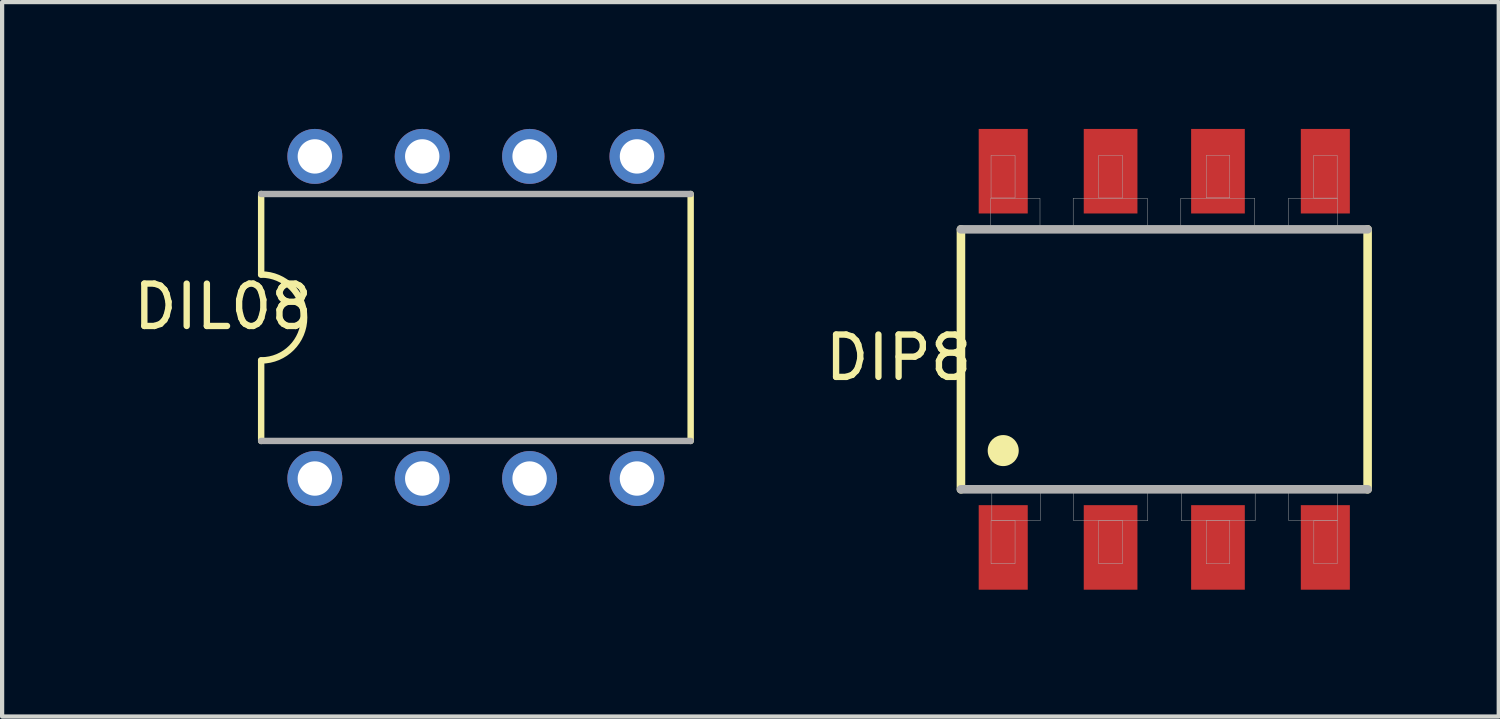
<source format=kicad_pcb>
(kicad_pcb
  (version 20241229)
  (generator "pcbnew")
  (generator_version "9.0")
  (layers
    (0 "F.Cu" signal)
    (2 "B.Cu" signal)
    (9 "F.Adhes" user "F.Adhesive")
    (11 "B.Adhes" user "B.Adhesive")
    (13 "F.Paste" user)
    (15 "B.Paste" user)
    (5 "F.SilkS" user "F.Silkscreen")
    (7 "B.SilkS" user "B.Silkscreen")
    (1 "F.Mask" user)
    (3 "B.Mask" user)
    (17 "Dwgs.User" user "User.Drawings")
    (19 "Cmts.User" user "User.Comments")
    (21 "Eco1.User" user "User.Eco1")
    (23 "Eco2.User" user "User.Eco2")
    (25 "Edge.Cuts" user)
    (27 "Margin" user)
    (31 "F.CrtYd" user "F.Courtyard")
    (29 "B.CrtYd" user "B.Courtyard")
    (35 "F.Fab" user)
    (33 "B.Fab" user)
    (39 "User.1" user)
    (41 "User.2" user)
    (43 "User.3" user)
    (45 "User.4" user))
  (footprint "DIL08"
    (layer "F.Cu")
    (at 8.208 4.46)
    (property "Reference" "DIL08" (at -5.983 -0.255 180) (layer "F.SilkS") (effects (font (size 1.002 1.002) (thickness 0.15))))
    (attr through_hole)
    (fp_line (start -5.08 -2.921) (end -5.08 -1.016) (stroke (width 0.152) (type solid)) (layer "F.SilkS"))
    (fp_line (start -5.08 2.921) (end -5.08 1.016) (stroke (width 0.152) (type solid)) (layer "F.SilkS"))
    (fp_line (start 5.08 -2.921) (end 5.08 2.921) (stroke (width 0.152) (type solid)) (layer "F.SilkS"))
    (fp_arc (start -5.08 -1.016) (mid -4.064 0) (end -5.08 1.016) (stroke (width 0.1524) (type solid)) (layer "F.SilkS"))
    (fp_line (start -5.08 2.921) (end 5.08 2.921) (stroke (width 0.152) (type solid)) (layer "F.Fab"))
    (fp_line (start 5.08 -2.921) (end -5.08 -2.921) (stroke (width 0.152) (type solid)) (layer "F.Fab"))
    (pad "1" thru_hole circle (at -3.81 3.81) (size 1.3 1.3) (drill 0.813) (layers "*.Cu" "*.Mask"))
    (pad "2" thru_hole circle (at -1.27 3.81) (size 1.3 1.3) (drill 0.813) (layers "*.Cu" "*.Mask"))
    (pad "3" thru_hole circle (at 1.27 3.81) (size 1.3 1.3) (drill 0.813) (layers "*.Cu" "*.Mask"))
    (pad "4" thru_hole circle (at 3.81 3.81) (size 1.3 1.3) (drill 0.813) (layers "*.Cu" "*.Mask"))
    (pad "5" thru_hole circle (at 3.81 -3.81) (size 1.3 1.3) (drill 0.813) (layers "*.Cu" "*.Mask"))
    (pad "6" thru_hole circle (at 1.27 -3.81) (size 1.3 1.3) (drill 0.813) (layers "*.Cu" "*.Mask"))
    (pad "7" thru_hole circle (at -1.27 -3.81) (size 1.3 1.3) (drill 0.813) (layers "*.Cu" "*.Mask"))
    (pad "8" thru_hole circle (at -3.81 -3.81) (size 1.3 1.3) (drill 0.813) (layers "*.Cu" "*.Mask")))
  (footprint "DIP8"
    (layer "F.Cu")
    (at 24.492 5.45)
    (property "Reference" "DIP8" (at -6.285 -0.04 180) (layer "F.SilkS") (effects (font (size 1.002 1.002) (thickness 0.15))))
    (attr smd)
    (fp_line (start -4.81 -3.075) (end -4.81 3.075) (stroke (width 0.203) (type solid)) (layer "F.SilkS"))
    (fp_line (start 4.81 3.075) (end 4.81 -3.075) (stroke (width 0.203) (type solid)) (layer "F.SilkS"))
    (fp_circle (center -3.81 2.159) (end -3.443 2.159) (stroke (width 0) (type solid)) (fill yes) (layer "F.SilkS"))
    (fp_line (start -4.81 3.075) (end 4.81 3.075) (stroke (width 0.203) (type solid)) (layer "F.Fab"))
    (fp_line (start 4.81 -3.075) (end -4.81 -3.075) (stroke (width 0.203) (type solid)) (layer "F.Fab"))
    (fp_poly (pts (xy -4.107 -3.81) (xy -2.94 -3.81) (xy -2.94 -3.105) (xy -4.107 -3.105)) (stroke (width 0.01) (type solid)) (fill no) (layer "F.Fab"))
    (fp_poly (pts (xy -4.098 3.81) (xy -3.53 3.81) (xy -3.53 4.835) (xy -4.098 4.835)) (stroke (width 0.01) (type solid)) (fill no) (layer "F.Fab"))
    (fp_poly (pts (xy -4.098 -4.825) (xy -3.53 -4.825) (xy -3.53 -3.818) (xy -4.098 -3.818)) (stroke (width 0.01) (type solid)) (fill no) (layer "F.Fab"))
    (fp_poly (pts (xy -4.079 3.1) (xy -2.93 3.1) (xy -2.93 3.814) (xy -4.079 3.814)) (stroke (width 0.01) (type solid)) (fill no) (layer "F.Fab"))
    (fp_poly (pts (xy -2.155 -3.81) (xy -0.4 -3.81) (xy -0.4 -3.107) (xy -2.155 -3.107)) (stroke (width 0.01) (type solid)) (fill no) (layer "F.Fab"))
    (fp_poly (pts (xy -2.145 3.1) (xy -0.39 3.1) (xy -0.39 3.818) (xy -2.145 3.818)) (stroke (width 0.01) (type solid)) (fill no) (layer "F.Fab"))
    (fp_poly (pts (xy -1.553 3.81) (xy -0.99 3.81) (xy -0.99 4.835) (xy -1.553 4.835)) (stroke (width 0.01) (type solid)) (fill no) (layer "F.Fab"))
    (fp_poly (pts (xy -1.552 -4.825) (xy -0.99 -4.825) (xy -0.99 -3.816) (xy -1.552 -3.816)) (stroke (width 0.01) (type solid)) (fill no) (layer "F.Fab"))
    (fp_poly (pts (xy 0.391 -3.81) (xy 2.14 -3.81) (xy 2.14 -3.107) (xy 0.391 -3.107)) (stroke (width 0.01) (type solid)) (fill no) (layer "F.Fab"))
    (fp_poly (pts (xy 0.401 3.1) (xy 2.15 3.1) (xy 2.15 3.817) (xy 0.401 3.817)) (stroke (width 0.01) (type solid)) (fill no) (layer "F.Fab"))
    (fp_poly (pts (xy 0.993 3.81) (xy 1.55 3.81) (xy 1.55 4.837) (xy 0.993 4.837)) (stroke (width 0.01) (type solid)) (fill no) (layer "F.Fab"))
    (fp_poly (pts (xy 0.993 -4.825) (xy 1.55 -4.825) (xy 1.55 -3.82) (xy 0.993 -3.82)) (stroke (width 0.01) (type solid)) (fill no) (layer "F.Fab"))
    (fp_poly (pts (xy 2.936 -3.81) (xy 4.1 -3.81) (xy 4.1 -3.107) (xy 2.936 -3.107)) (stroke (width 0.01) (type solid)) (fill no) (layer "F.Fab"))
    (fp_poly (pts (xy 2.944 3.1) (xy 4.1 3.1) (xy 4.1 3.815) (xy 2.944 3.815)) (stroke (width 0.01) (type solid)) (fill no) (layer "F.Fab"))
    (fp_poly (pts (xy 3.534 -4.825) (xy 4.09 -4.825) (xy 4.09 -3.814) (xy 3.534 -3.814)) (stroke (width 0.01) (type solid)) (fill no) (layer "F.Fab"))
    (fp_poly (pts (xy 3.538 3.81) (xy 4.09 3.81) (xy 4.09 4.836) (xy 3.538 4.836)) (stroke (width 0.01) (type solid)) (fill no) (layer "F.Fab"))
    (pad "1" smd rect (at -3.81 4.45) (size 1.16 2) (layers "F.Cu" "F.Mask" "F.Paste"))
    (pad "2" smd rect (at -1.27 4.45) (size 1.27 2) (layers "F.Cu" "F.Mask" "F.Paste"))
    (pad "3" smd rect (at 1.27 4.45) (size 1.27 2) (layers "F.Cu" "F.Mask" "F.Paste"))
    (pad "4" smd rect (at 3.81 4.45) (size 1.16 2) (layers "F.Cu" "F.Mask" "F.Paste"))
    (pad "5" smd rect (at 3.81 -4.45) (size 1.16 2) (layers "F.Cu" "F.Mask" "F.Paste"))
    (pad "6" smd rect (at 1.27 -4.45) (size 1.27 2) (layers "F.Cu" "F.Mask" "F.Paste"))
    (pad "7" smd rect (at -1.27 -4.45) (size 1.27 2) (layers "F.Cu" "F.Mask" "F.Paste"))
    (pad "8" smd rect (at -3.81 -4.45) (size 1.16 2) (layers "F.Cu" "F.Mask" "F.Paste")))
  (gr_rect
    (start -3 -3)
    (end 32.404 13.9)
    (stroke (width 0.1) (type default))
    (fill no)
    (layer "Edge.Cuts")))
</source>
